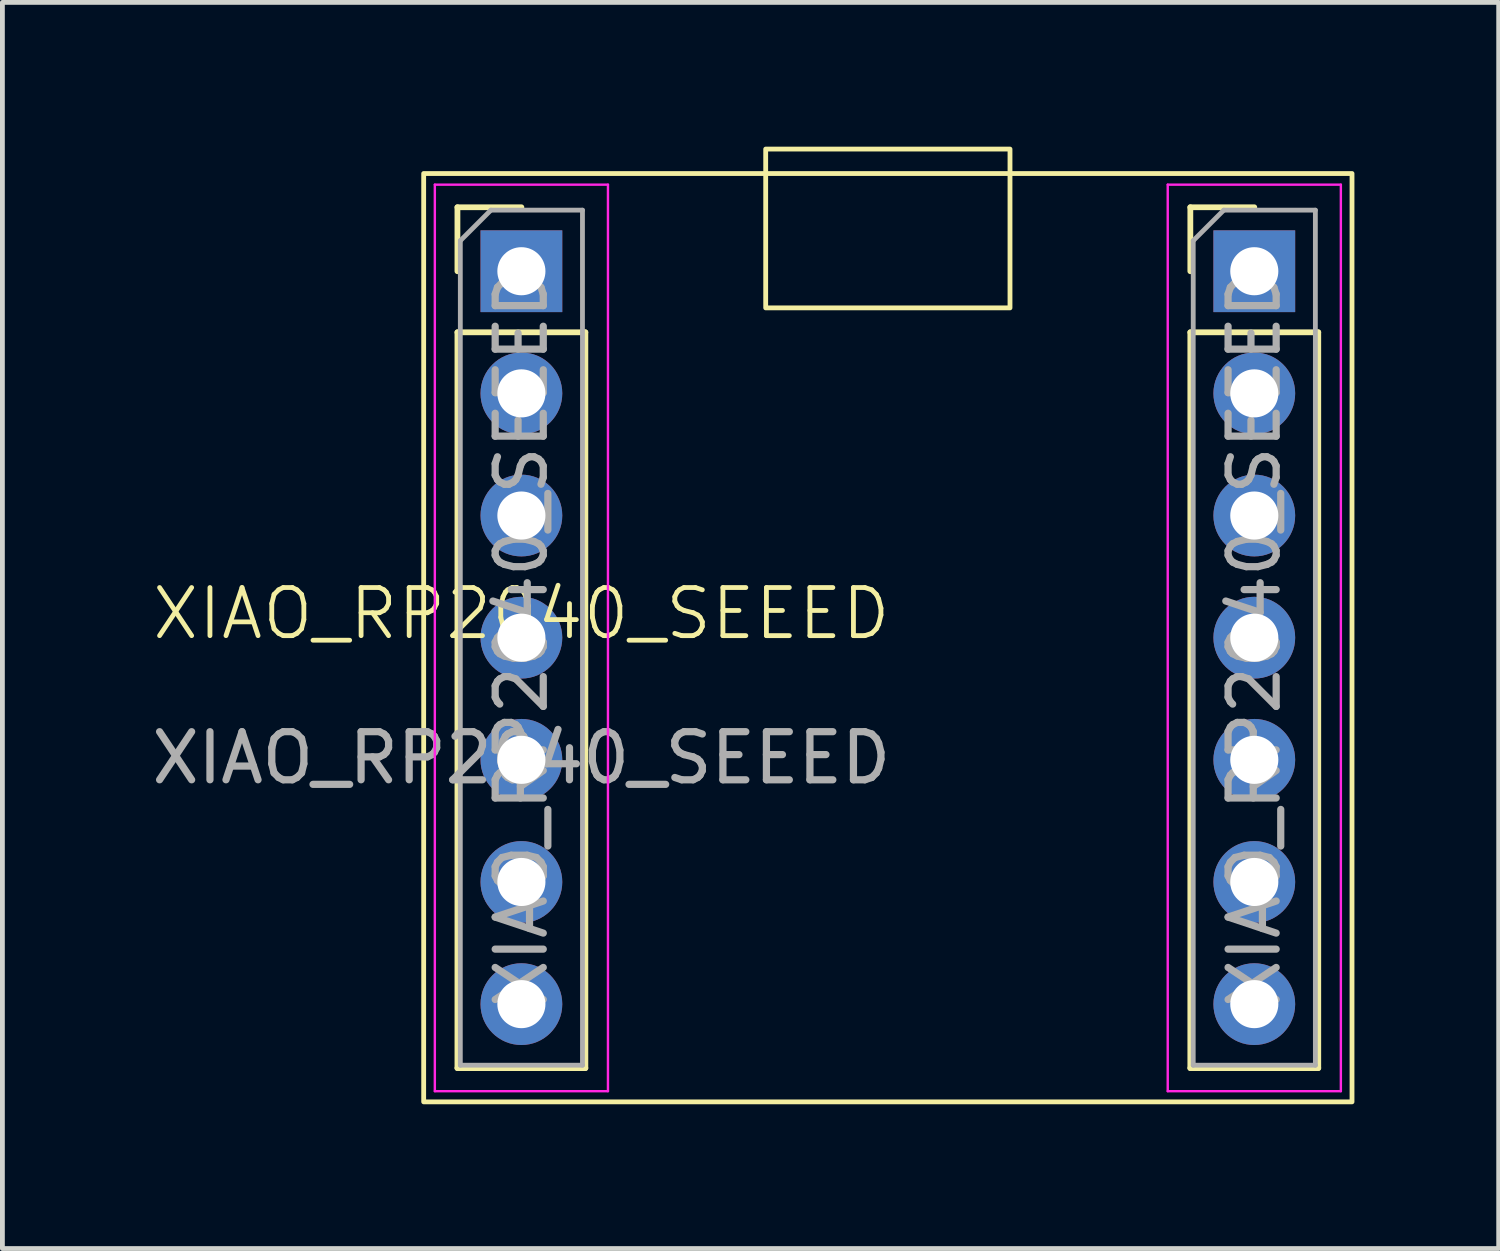
<source format=kicad_pcb>
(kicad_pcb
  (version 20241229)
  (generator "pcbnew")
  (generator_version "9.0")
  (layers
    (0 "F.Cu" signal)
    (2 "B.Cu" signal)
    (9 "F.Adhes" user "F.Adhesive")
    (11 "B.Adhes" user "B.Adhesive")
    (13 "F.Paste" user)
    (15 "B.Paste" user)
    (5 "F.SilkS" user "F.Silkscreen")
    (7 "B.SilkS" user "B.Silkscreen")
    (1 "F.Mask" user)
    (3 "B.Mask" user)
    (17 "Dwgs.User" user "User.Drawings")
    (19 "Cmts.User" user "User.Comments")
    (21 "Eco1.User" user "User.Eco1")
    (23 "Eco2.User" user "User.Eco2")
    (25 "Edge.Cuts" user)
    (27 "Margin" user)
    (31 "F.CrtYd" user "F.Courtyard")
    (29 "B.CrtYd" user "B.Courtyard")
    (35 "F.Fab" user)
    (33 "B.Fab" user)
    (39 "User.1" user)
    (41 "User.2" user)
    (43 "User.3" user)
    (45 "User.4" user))
  (footprint "XIAO_RP2040_SEEED"
    (layer "F.Cu")
    (at 7.792 10.21)
    (property "Reference" "XIAO_RP2040_SEEED" (at 0 -0.5 0) (unlocked yes) (layer "F.SilkS") (effects (font (size 1 1) (thickness 0.1))))
    (attr through_hole)
    (fp_line (start -1.33 -8.95) (end 0 -8.95) (stroke (width 0.12) (type solid)) (layer "F.SilkS"))
    (fp_line (start -1.33 -7.62) (end -1.33 -8.95) (stroke (width 0.12) (type solid)) (layer "F.SilkS"))
    (fp_line (start -1.33 -6.35) (end -1.33 8.95) (stroke (width 0.12) (type solid)) (layer "F.SilkS"))
    (fp_line (start -1.33 -6.35) (end 1.33 -6.35) (stroke (width 0.12) (type solid)) (layer "F.SilkS"))
    (fp_line (start -1.33 8.95) (end 1.33 8.95) (stroke (width 0.12) (type solid)) (layer "F.SilkS"))
    (fp_line (start 1.33 -6.35) (end 1.33 8.95) (stroke (width 0.12) (type solid)) (layer "F.SilkS"))
    (fp_line (start 13.91 -8.95) (end 15.24 -8.95) (stroke (width 0.12) (type solid)) (layer "F.SilkS"))
    (fp_line (start 13.91 -7.62) (end 13.91 -8.95) (stroke (width 0.12) (type solid)) (layer "F.SilkS"))
    (fp_line (start 13.91 -6.35) (end 13.91 8.95) (stroke (width 0.12) (type solid)) (layer "F.SilkS"))
    (fp_line (start 13.91 -6.35) (end 16.57 -6.35) (stroke (width 0.12) (type solid)) (layer "F.SilkS"))
    (fp_line (start 13.91 8.95) (end 16.57 8.95) (stroke (width 0.12) (type solid)) (layer "F.SilkS"))
    (fp_line (start 16.57 -6.35) (end 16.57 8.95) (stroke (width 0.12) (type solid)) (layer "F.SilkS"))
    (fp_rect (start -2.032 -9.652) (end 17.272 9.652) (stroke (width 0.1) (type default)) (fill no) (layer "F.SilkS"))
    (fp_rect (start 5.08 -10.16) (end 10.16 -6.858) (stroke (width 0.1) (type default)) (fill no) (layer "F.SilkS"))
    (fp_line (start -1.8 -9.42) (end -1.8 9.43) (stroke (width 0.05) (type solid)) (layer "F.CrtYd"))
    (fp_line (start -1.8 9.43) (end 1.8 9.43) (stroke (width 0.05) (type solid)) (layer "F.CrtYd"))
    (fp_line (start 1.8 -9.42) (end -1.8 -9.42) (stroke (width 0.05) (type solid)) (layer "F.CrtYd"))
    (fp_line (start 1.8 9.43) (end 1.8 -9.42) (stroke (width 0.05) (type solid)) (layer "F.CrtYd"))
    (fp_line (start 13.44 -9.42) (end 13.44 9.43) (stroke (width 0.05) (type solid)) (layer "F.CrtYd"))
    (fp_line (start 13.44 9.43) (end 17.04 9.43) (stroke (width 0.05) (type solid)) (layer "F.CrtYd"))
    (fp_line (start 17.04 -9.42) (end 13.44 -9.42) (stroke (width 0.05) (type solid)) (layer "F.CrtYd"))
    (fp_line (start 17.04 9.43) (end 17.04 -9.42) (stroke (width 0.05) (type solid)) (layer "F.CrtYd"))
    (fp_line (start -1.27 -8.255) (end -0.635 -8.89) (stroke (width 0.1) (type solid)) (layer "F.Fab"))
    (fp_line (start -1.27 8.89) (end -1.27 -8.255) (stroke (width 0.1) (type solid)) (layer "F.Fab"))
    (fp_line (start -0.635 -8.89) (end 1.27 -8.89) (stroke (width 0.1) (type solid)) (layer "F.Fab"))
    (fp_line (start 1.27 -8.89) (end 1.27 8.89) (stroke (width 0.1) (type solid)) (layer "F.Fab"))
    (fp_line (start 1.27 8.89) (end -1.27 8.89) (stroke (width 0.1) (type solid)) (layer "F.Fab"))
    (fp_line (start 13.97 -8.255) (end 14.605 -8.89) (stroke (width 0.1) (type solid)) (layer "F.Fab"))
    (fp_line (start 13.97 8.89) (end 13.97 -8.255) (stroke (width 0.1) (type solid)) (layer "F.Fab"))
    (fp_line (start 14.605 -8.89) (end 16.51 -8.89) (stroke (width 0.1) (type solid)) (layer "F.Fab"))
    (fp_line (start 16.51 -8.89) (end 16.51 8.89) (stroke (width 0.1) (type solid)) (layer "F.Fab"))
    (fp_line (start 16.51 8.89) (end 13.97 8.89) (stroke (width 0.1) (type solid)) (layer "F.Fab"))
    (fp_text user "${REFERENCE}" (at 0 2.5 0) (unlocked yes) (layer "F.Fab") (effects (font (size 1 1) (thickness 0.15))))
    (fp_text user "${REFERENCE}" (at 15.24 0 90) (layer "F.Fab") (effects (font (size 1 1) (thickness 0.15))))
    (fp_text user "${REFERENCE}" (at 0 0 90) (layer "F.Fab") (effects (font (size 1 1) (thickness 0.15))))
    (pad "1" thru_hole rect (at 0 -7.62) (size 1.7 1.7) (drill 1) (layers "*.Cu" "*.Mask"))
    (pad "2" thru_hole oval (at 0 -5.08) (size 1.7 1.7) (drill 1) (layers "*.Cu" "*.Mask"))
    (pad "3" thru_hole oval (at 0 -2.54) (size 1.7 1.7) (drill 1) (layers "*.Cu" "*.Mask"))
    (pad "4" thru_hole oval (at 0 0) (size 1.7 1.7) (drill 1) (layers "*.Cu" "*.Mask"))
    (pad "5" thru_hole oval (at 0 2.54) (size 1.7 1.7) (drill 1) (layers "*.Cu" "*.Mask"))
    (pad "6" thru_hole oval (at 0 5.08) (size 1.7 1.7) (drill 1) (layers "*.Cu" "*.Mask"))
    (pad "7" thru_hole oval (at 0 7.62) (size 1.7 1.7) (drill 1) (layers "*.Cu" "*.Mask"))
    (pad "8" thru_hole rect (at 15.24 -7.62) (size 1.7 1.7) (drill 1) (layers "*.Cu" "*.Mask"))
    (pad "9" thru_hole oval (at 15.24 -5.08) (size 1.7 1.7) (drill 1) (layers "*.Cu" "*.Mask"))
    (pad "10" thru_hole oval (at 15.24 -2.54) (size 1.7 1.7) (drill 1) (layers "*.Cu" "*.Mask"))
    (pad "11" thru_hole oval (at 15.24 0) (size 1.7 1.7) (drill 1) (layers "*.Cu" "*.Mask"))
    (pad "12" thru_hole oval (at 15.24 2.54) (size 1.7 1.7) (drill 1) (layers "*.Cu" "*.Mask"))
    (pad "13" thru_hole oval (at 15.24 5.08) (size 1.7 1.7) (drill 1) (layers "*.Cu" "*.Mask"))
    (pad "14" thru_hole oval (at 15.24 7.62) (size 1.7 1.7) (drill 1) (layers "*.Cu" "*.Mask")))
  (gr_rect
    (start -3 -3)
    (end 28.114 22.912)
    (stroke (width 0.1) (type default))
    (fill no)
    (layer "Edge.Cuts")))
</source>
